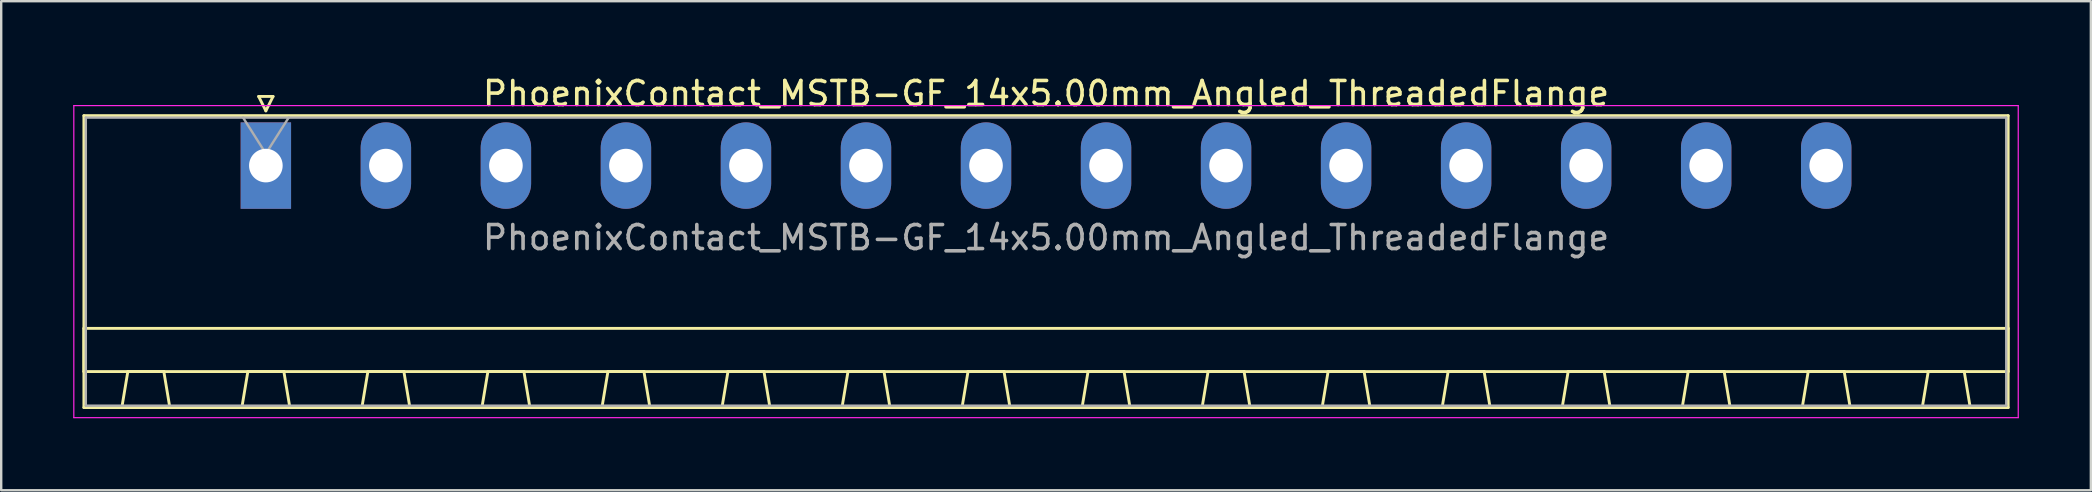
<source format=kicad_pcb>
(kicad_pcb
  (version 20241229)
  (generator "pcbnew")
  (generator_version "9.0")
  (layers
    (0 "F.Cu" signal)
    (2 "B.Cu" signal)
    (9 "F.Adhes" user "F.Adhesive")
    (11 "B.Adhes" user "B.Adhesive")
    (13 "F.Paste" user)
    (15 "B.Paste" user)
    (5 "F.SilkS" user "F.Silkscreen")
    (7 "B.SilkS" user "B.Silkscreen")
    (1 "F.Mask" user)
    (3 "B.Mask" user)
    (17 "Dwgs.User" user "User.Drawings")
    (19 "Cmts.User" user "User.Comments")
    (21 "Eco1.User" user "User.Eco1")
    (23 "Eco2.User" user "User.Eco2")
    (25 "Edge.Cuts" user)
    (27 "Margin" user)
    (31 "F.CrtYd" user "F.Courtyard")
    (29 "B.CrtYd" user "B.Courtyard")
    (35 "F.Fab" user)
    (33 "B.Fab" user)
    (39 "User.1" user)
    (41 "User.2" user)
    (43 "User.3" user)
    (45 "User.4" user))
  (footprint "PhoenixContact_MSTB-GF_14x5.00mm_Angled_ThreadedFlange"
    (layer "F.Cu")
    (at 8.025 3.848)
    (property "Reference" "PhoenixContact_MSTB-GF_14x5.00mm_Angled_ThreadedFlange" (at 32.5 -3 0) (layer "F.SilkS") (effects (font (size 1 1) (thickness 0.15))))
    (attr through_hole)
    (fp_line (start -7.58 -2.08) (end -7.58 10.08) (stroke (width 0.12) (type solid)) (layer "F.SilkS"))
    (fp_line (start -7.58 6.78) (end 72.58 6.78) (stroke (width 0.12) (type solid)) (layer "F.SilkS"))
    (fp_line (start -7.58 8.58) (end -7.58 6.78) (stroke (width 0.12) (type solid)) (layer "F.SilkS"))
    (fp_line (start -7.58 10.08) (end 72.58 10.08) (stroke (width 0.12) (type solid)) (layer "F.SilkS"))
    (fp_line (start -6 10.08) (end -4 10.08) (stroke (width 0.12) (type solid)) (layer "F.SilkS"))
    (fp_line (start -5.75 8.58) (end -6 10.08) (stroke (width 0.12) (type solid)) (layer "F.SilkS"))
    (fp_line (start -4.25 8.58) (end -5.75 8.58) (stroke (width 0.12) (type solid)) (layer "F.SilkS"))
    (fp_line (start -4 10.08) (end -4.25 8.58) (stroke (width 0.12) (type solid)) (layer "F.SilkS"))
    (fp_line (start -1 10.08) (end 1 10.08) (stroke (width 0.12) (type solid)) (layer "F.SilkS"))
    (fp_line (start -0.75 8.58) (end -1 10.08) (stroke (width 0.12) (type solid)) (layer "F.SilkS"))
    (fp_line (start -0.3 -2.88) (end 0.3 -2.88) (stroke (width 0.12) (type solid)) (layer "F.SilkS"))
    (fp_line (start 0 -2.28) (end -0.3 -2.88) (stroke (width 0.12) (type solid)) (layer "F.SilkS"))
    (fp_line (start 0.3 -2.88) (end 0 -2.28) (stroke (width 0.12) (type solid)) (layer "F.SilkS"))
    (fp_line (start 0.75 8.58) (end -0.75 8.58) (stroke (width 0.12) (type solid)) (layer "F.SilkS"))
    (fp_line (start 1 10.08) (end 0.75 8.58) (stroke (width 0.12) (type solid)) (layer "F.SilkS"))
    (fp_line (start 4 10.08) (end 6 10.08) (stroke (width 0.12) (type solid)) (layer "F.SilkS"))
    (fp_line (start 4.25 8.58) (end 4 10.08) (stroke (width 0.12) (type solid)) (layer "F.SilkS"))
    (fp_line (start 5.75 8.58) (end 4.25 8.58) (stroke (width 0.12) (type solid)) (layer "F.SilkS"))
    (fp_line (start 6 10.08) (end 5.75 8.58) (stroke (width 0.12) (type solid)) (layer "F.SilkS"))
    (fp_line (start 9 10.08) (end 11 10.08) (stroke (width 0.12) (type solid)) (layer "F.SilkS"))
    (fp_line (start 9.25 8.58) (end 9 10.08) (stroke (width 0.12) (type solid)) (layer "F.SilkS"))
    (fp_line (start 10.75 8.58) (end 9.25 8.58) (stroke (width 0.12) (type solid)) (layer "F.SilkS"))
    (fp_line (start 11 10.08) (end 10.75 8.58) (stroke (width 0.12) (type solid)) (layer "F.SilkS"))
    (fp_line (start 14 10.08) (end 16 10.08) (stroke (width 0.12) (type solid)) (layer "F.SilkS"))
    (fp_line (start 14.25 8.58) (end 14 10.08) (stroke (width 0.12) (type solid)) (layer "F.SilkS"))
    (fp_line (start 15.75 8.58) (end 14.25 8.58) (stroke (width 0.12) (type solid)) (layer "F.SilkS"))
    (fp_line (start 16 10.08) (end 15.75 8.58) (stroke (width 0.12) (type solid)) (layer "F.SilkS"))
    (fp_line (start 19 10.08) (end 21 10.08) (stroke (width 0.12) (type solid)) (layer "F.SilkS"))
    (fp_line (start 19.25 8.58) (end 19 10.08) (stroke (width 0.12) (type solid)) (layer "F.SilkS"))
    (fp_line (start 20.75 8.58) (end 19.25 8.58) (stroke (width 0.12) (type solid)) (layer "F.SilkS"))
    (fp_line (start 21 10.08) (end 20.75 8.58) (stroke (width 0.12) (type solid)) (layer "F.SilkS"))
    (fp_line (start 24 10.08) (end 26 10.08) (stroke (width 0.12) (type solid)) (layer "F.SilkS"))
    (fp_line (start 24.25 8.58) (end 24 10.08) (stroke (width 0.12) (type solid)) (layer "F.SilkS"))
    (fp_line (start 25.75 8.58) (end 24.25 8.58) (stroke (width 0.12) (type solid)) (layer "F.SilkS"))
    (fp_line (start 26 10.08) (end 25.75 8.58) (stroke (width 0.12) (type solid)) (layer "F.SilkS"))
    (fp_line (start 29 10.08) (end 31 10.08) (stroke (width 0.12) (type solid)) (layer "F.SilkS"))
    (fp_line (start 29.25 8.58) (end 29 10.08) (stroke (width 0.12) (type solid)) (layer "F.SilkS"))
    (fp_line (start 30.75 8.58) (end 29.25 8.58) (stroke (width 0.12) (type solid)) (layer "F.SilkS"))
    (fp_line (start 31 10.08) (end 30.75 8.58) (stroke (width 0.12) (type solid)) (layer "F.SilkS"))
    (fp_line (start 34 10.08) (end 36 10.08) (stroke (width 0.12) (type solid)) (layer "F.SilkS"))
    (fp_line (start 34.25 8.58) (end 34 10.08) (stroke (width 0.12) (type solid)) (layer "F.SilkS"))
    (fp_line (start 35.75 8.58) (end 34.25 8.58) (stroke (width 0.12) (type solid)) (layer "F.SilkS"))
    (fp_line (start 36 10.08) (end 35.75 8.58) (stroke (width 0.12) (type solid)) (layer "F.SilkS"))
    (fp_line (start 39 10.08) (end 41 10.08) (stroke (width 0.12) (type solid)) (layer "F.SilkS"))
    (fp_line (start 39.25 8.58) (end 39 10.08) (stroke (width 0.12) (type solid)) (layer "F.SilkS"))
    (fp_line (start 40.75 8.58) (end 39.25 8.58) (stroke (width 0.12) (type solid)) (layer "F.SilkS"))
    (fp_line (start 41 10.08) (end 40.75 8.58) (stroke (width 0.12) (type solid)) (layer "F.SilkS"))
    (fp_line (start 44 10.08) (end 46 10.08) (stroke (width 0.12) (type solid)) (layer "F.SilkS"))
    (fp_line (start 44.25 8.58) (end 44 10.08) (stroke (width 0.12) (type solid)) (layer "F.SilkS"))
    (fp_line (start 45.75 8.58) (end 44.25 8.58) (stroke (width 0.12) (type solid)) (layer "F.SilkS"))
    (fp_line (start 46 10.08) (end 45.75 8.58) (stroke (width 0.12) (type solid)) (layer "F.SilkS"))
    (fp_line (start 49 10.08) (end 51 10.08) (stroke (width 0.12) (type solid)) (layer "F.SilkS"))
    (fp_line (start 49.25 8.58) (end 49 10.08) (stroke (width 0.12) (type solid)) (layer "F.SilkS"))
    (fp_line (start 50.75 8.58) (end 49.25 8.58) (stroke (width 0.12) (type solid)) (layer "F.SilkS"))
    (fp_line (start 51 10.08) (end 50.75 8.58) (stroke (width 0.12) (type solid)) (layer "F.SilkS"))
    (fp_line (start 54 10.08) (end 56 10.08) (stroke (width 0.12) (type solid)) (layer "F.SilkS"))
    (fp_line (start 54.25 8.58) (end 54 10.08) (stroke (width 0.12) (type solid)) (layer "F.SilkS"))
    (fp_line (start 55.75 8.58) (end 54.25 8.58) (stroke (width 0.12) (type solid)) (layer "F.SilkS"))
    (fp_line (start 56 10.08) (end 55.75 8.58) (stroke (width 0.12) (type solid)) (layer "F.SilkS"))
    (fp_line (start 59 10.08) (end 61 10.08) (stroke (width 0.12) (type solid)) (layer "F.SilkS"))
    (fp_line (start 59.25 8.58) (end 59 10.08) (stroke (width 0.12) (type solid)) (layer "F.SilkS"))
    (fp_line (start 60.75 8.58) (end 59.25 8.58) (stroke (width 0.12) (type solid)) (layer "F.SilkS"))
    (fp_line (start 61 10.08) (end 60.75 8.58) (stroke (width 0.12) (type solid)) (layer "F.SilkS"))
    (fp_line (start 64 10.08) (end 66 10.08) (stroke (width 0.12) (type solid)) (layer "F.SilkS"))
    (fp_line (start 64.25 8.58) (end 64 10.08) (stroke (width 0.12) (type solid)) (layer "F.SilkS"))
    (fp_line (start 65.75 8.58) (end 64.25 8.58) (stroke (width 0.12) (type solid)) (layer "F.SilkS"))
    (fp_line (start 66 10.08) (end 65.75 8.58) (stroke (width 0.12) (type solid)) (layer "F.SilkS"))
    (fp_line (start 69 10.08) (end 71 10.08) (stroke (width 0.12) (type solid)) (layer "F.SilkS"))
    (fp_line (start 69.25 8.58) (end 69 10.08) (stroke (width 0.12) (type solid)) (layer "F.SilkS"))
    (fp_line (start 70.75 8.58) (end 69.25 8.58) (stroke (width 0.12) (type solid)) (layer "F.SilkS"))
    (fp_line (start 71 10.08) (end 70.75 8.58) (stroke (width 0.12) (type solid)) (layer "F.SilkS"))
    (fp_line (start 72.58 -2.08) (end -7.58 -2.08) (stroke (width 0.12) (type solid)) (layer "F.SilkS"))
    (fp_line (start 72.58 6.78) (end 72.58 8.58) (stroke (width 0.12) (type solid)) (layer "F.SilkS"))
    (fp_line (start 72.58 8.58) (end -7.58 8.58) (stroke (width 0.12) (type solid)) (layer "F.SilkS"))
    (fp_line (start 72.58 10.08) (end 72.58 -2.08) (stroke (width 0.12) (type solid)) (layer "F.SilkS"))
    (fp_line (start -8 -2.5) (end -8 10.5) (stroke (width 0.05) (type solid)) (layer "F.CrtYd"))
    (fp_line (start -8 10.5) (end 73 10.5) (stroke (width 0.05) (type solid)) (layer "F.CrtYd"))
    (fp_line (start 73 -2.5) (end -8 -2.5) (stroke (width 0.05) (type solid)) (layer "F.CrtYd"))
    (fp_line (start 73 10.5) (end 73 -2.5) (stroke (width 0.05) (type solid)) (layer "F.CrtYd"))
    (fp_line (start -7.5 -2) (end -7.5 10) (stroke (width 0.1) (type solid)) (layer "F.Fab"))
    (fp_line (start -7.5 10) (end 72.5 10) (stroke (width 0.1) (type solid)) (layer "F.Fab"))
    (fp_line (start 0 -0.5) (end -0.95 -2) (stroke (width 0.1) (type solid)) (layer "F.Fab"))
    (fp_line (start 0.95 -2) (end 0 -0.5) (stroke (width 0.1) (type solid)) (layer "F.Fab"))
    (fp_line (start 72.5 -2) (end -7.5 -2) (stroke (width 0.1) (type solid)) (layer "F.Fab"))
    (fp_line (start 72.5 10) (end 72.5 -2) (stroke (width 0.1) (type solid)) (layer "F.Fab"))
    (fp_text user "${REFERENCE}" (at 32.5 3 0) (layer "F.Fab") (effects (font (size 1 1) (thickness 0.15))))
    (pad "1" thru_hole rect (at 0 0) (size 2.1 3.6) (drill 1.4) (layers "*.Cu" "*.Mask"))
    (pad "2" thru_hole oval (at 5 0) (size 2.1 3.6) (drill 1.4) (layers "*.Cu" "*.Mask"))
    (pad "3" thru_hole oval (at 10 0) (size 2.1 3.6) (drill 1.4) (layers "*.Cu" "*.Mask"))
    (pad "4" thru_hole oval (at 15 0) (size 2.1 3.6) (drill 1.4) (layers "*.Cu" "*.Mask"))
    (pad "5" thru_hole oval (at 20 0) (size 2.1 3.6) (drill 1.4) (layers "*.Cu" "*.Mask"))
    (pad "6" thru_hole oval (at 25 0) (size 2.1 3.6) (drill 1.4) (layers "*.Cu" "*.Mask"))
    (pad "7" thru_hole oval (at 30 0) (size 2.1 3.6) (drill 1.4) (layers "*.Cu" "*.Mask"))
    (pad "8" thru_hole oval (at 35 0) (size 2.1 3.6) (drill 1.4) (layers "*.Cu" "*.Mask"))
    (pad "9" thru_hole oval (at 40 0) (size 2.1 3.6) (drill 1.4) (layers "*.Cu" "*.Mask"))
    (pad "10" thru_hole oval (at 45 0) (size 2.1 3.6) (drill 1.4) (layers "*.Cu" "*.Mask"))
    (pad "11" thru_hole oval (at 50 0) (size 2.1 3.6) (drill 1.4) (layers "*.Cu" "*.Mask"))
    (pad "12" thru_hole oval (at 55 0) (size 2.1 3.6) (drill 1.4) (layers "*.Cu" "*.Mask"))
    (pad "13" thru_hole oval (at 60 0) (size 2.1 3.6) (drill 1.4) (layers "*.Cu" "*.Mask"))
    (pad "14" thru_hole oval (at 65 0) (size 2.1 3.6) (drill 1.4) (layers "*.Cu" "*.Mask")))
  (gr_rect
    (start -3 -3)
    (end 84.05 17.373)
    (stroke (width 0.1) (type default))
    (fill no)
    (layer "Edge.Cuts")))
</source>
